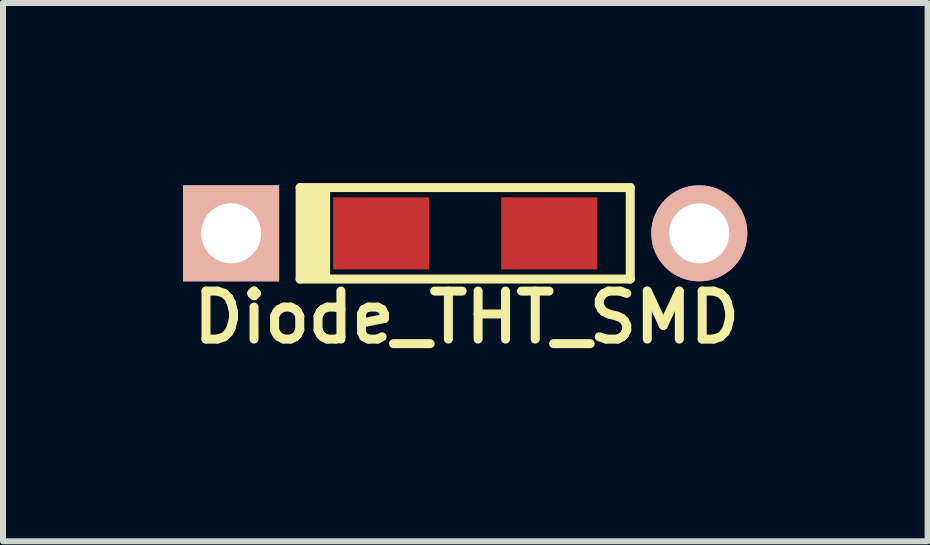
<source format=kicad_pcb>
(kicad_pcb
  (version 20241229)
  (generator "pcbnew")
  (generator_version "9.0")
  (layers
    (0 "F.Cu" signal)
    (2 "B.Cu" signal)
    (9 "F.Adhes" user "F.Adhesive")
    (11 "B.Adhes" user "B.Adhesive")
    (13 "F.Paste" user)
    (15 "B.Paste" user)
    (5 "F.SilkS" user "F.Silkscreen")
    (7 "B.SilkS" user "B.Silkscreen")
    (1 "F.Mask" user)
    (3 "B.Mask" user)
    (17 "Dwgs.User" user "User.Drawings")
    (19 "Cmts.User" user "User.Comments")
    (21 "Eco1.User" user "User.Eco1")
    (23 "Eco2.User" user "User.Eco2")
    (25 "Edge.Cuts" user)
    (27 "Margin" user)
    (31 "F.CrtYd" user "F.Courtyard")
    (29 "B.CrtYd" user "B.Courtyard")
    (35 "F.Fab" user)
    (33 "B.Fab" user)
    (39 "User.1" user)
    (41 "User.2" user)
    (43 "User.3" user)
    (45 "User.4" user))
  (footprint "Diode_THT_SMD"
    (layer "F.Cu")
    (at 4.7 0.837)
    (property "Reference" "Diode_THT_SMD" (at 0.025 1.4 0) (layer "F.SilkS") (effects (font (size 0.8 0.8) (thickness 0.15))))
    (attr smd)
    (fp_line (start -2.75 -0.762) (end -2.75 0.762) (stroke (width 0.15) (type solid)) (layer "F.SilkS"))
    (fp_line (start -2.75 0.762) (end 2.75 0.762) (stroke (width 0.15) (type solid)) (layer "F.SilkS"))
    (fp_line (start 2.75 -0.762) (end -2.75 -0.762) (stroke (width 0.15) (type solid)) (layer "F.SilkS"))
    (fp_line (start 2.75 0.762) (end 2.75 -0.762) (stroke (width 0.15) (type solid)) (layer "F.SilkS"))
    (fp_rect (start -2.75 -0.75) (end -2.3 0.762) (stroke (width 0.1) (type solid)) (fill yes) (layer "F.SilkS"))
    (pad "1" thru_hole rect (at -3.9 0) (size 1.6 1.6) (drill 1) (layers "*.Cu" "*.Mask" "B.SilkS"))
    (pad "1" smd rect (at -1.4 0) (size 1.6 1.2) (layers "F.Cu" "F.Mask" "F.Paste"))
    (pad "2" smd rect (at 1.4 0) (size 1.6 1.2) (layers "F.Cu" "F.Mask" "F.Paste"))
    (pad "2" thru_hole circle (at 3.9 0) (size 1.6 1.6) (drill 1) (layers "*.Cu" "*.Mask" "B.SilkS")))
  (gr_rect
    (start -3 -3)
    (end 12.404 5.968)
    (stroke (width 0.1) (type default))
    (fill no)
    (layer "Edge.Cuts")))
</source>
